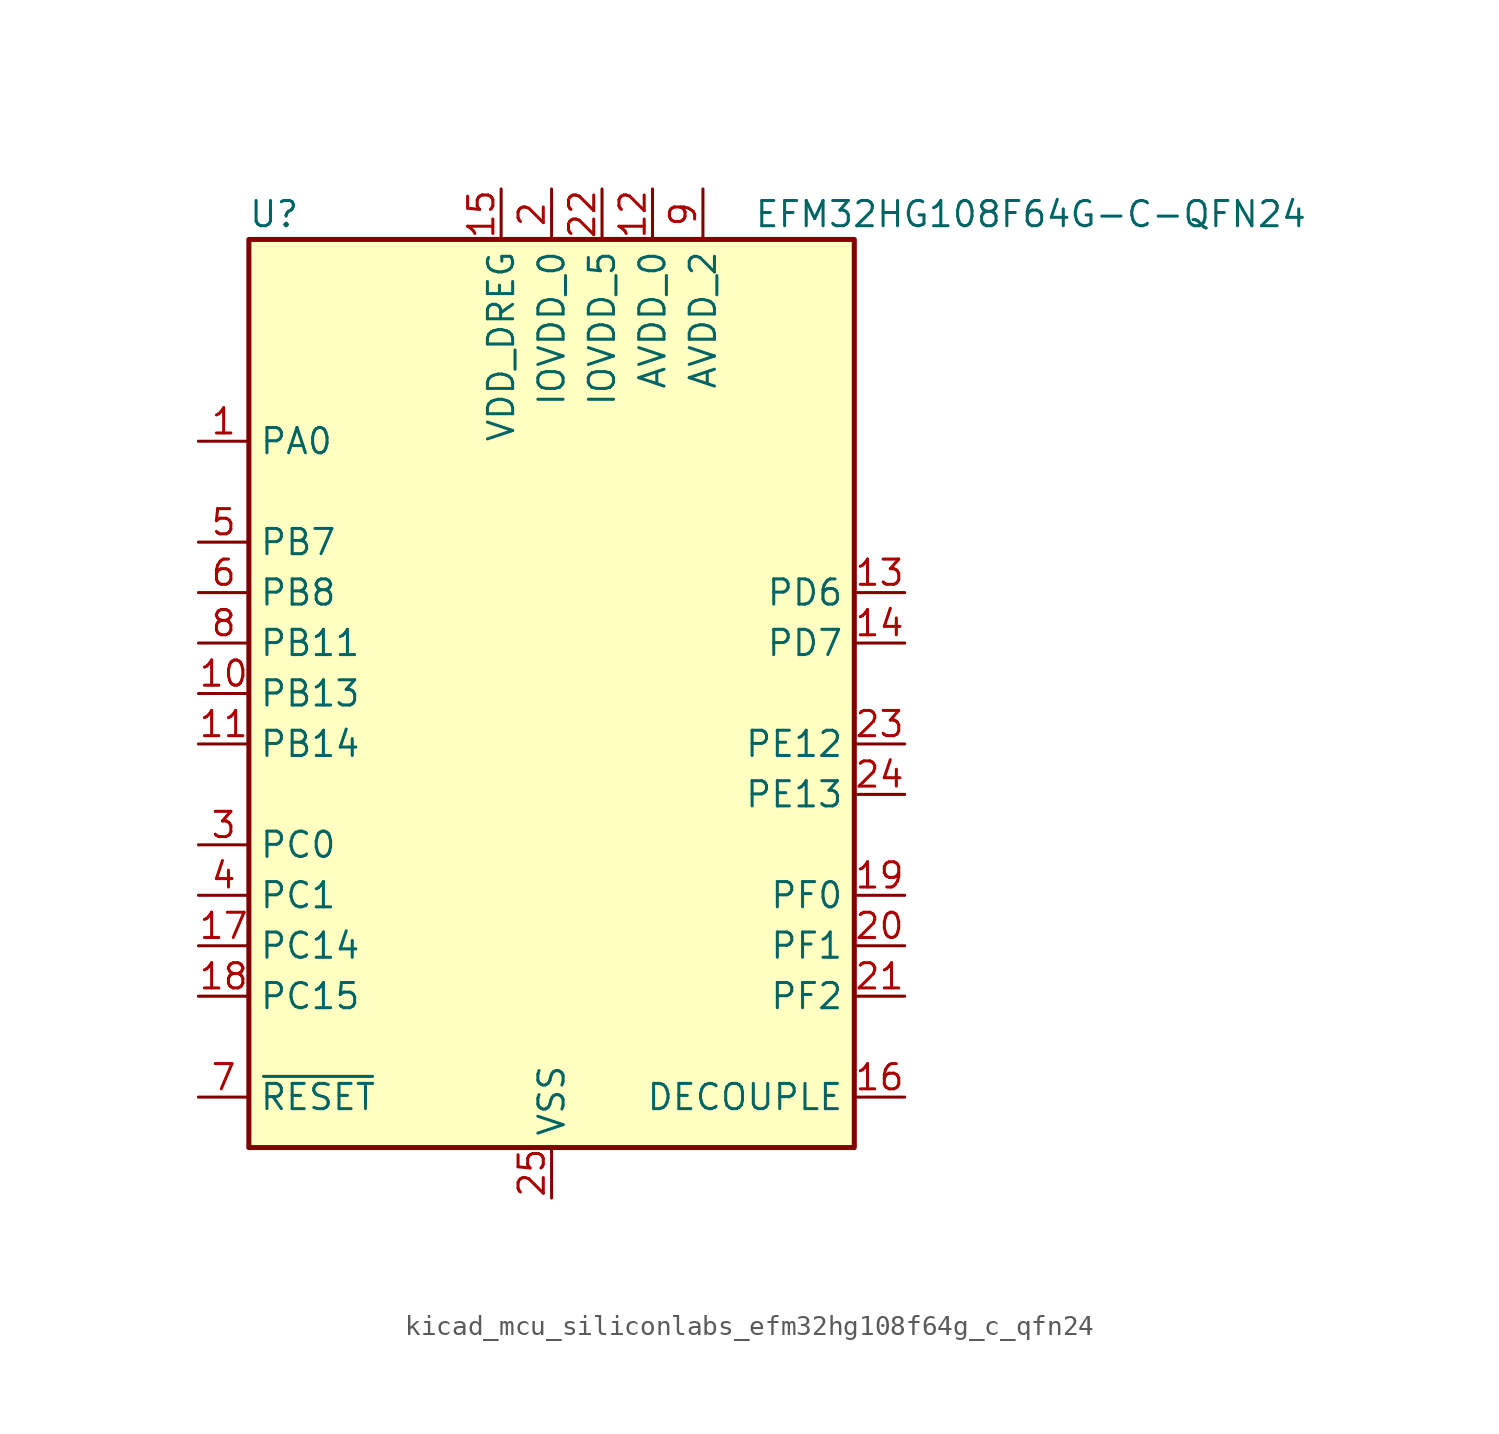
<source format=kicad_sym>
(kicad_symbol_lib
  (version 20220914)
  (generator kicad_symbol_editor)
  (symbol "kicad_mcu_siliconlabs_efm32hg108f64g_c_qfn24"
    (property "Reference" "U"
      (at -13.97 24.13 0)
      (effects (font (size 1.27 1.27))))
    (property "Value" "EFM32HG108F64G-C-QFN24"
      (at 24.13 24.13 0)
      (effects (font (size 1.27 1.27))))
    (symbol "kicad_mcu_siliconlabs_efm32hg108f64g_c_qfn24_0_1"
      (rectangle (start -15.24 22.86) (end 15.24 -22.86) (stroke (width 0.254) (type default)) (fill (type background))))
    (symbol "kicad_mcu_siliconlabs_efm32hg108f64g_c_qfn24_1_1"
      (pin bidirectional line (at -17.78 12.7 0) (length 2.54) (name "PA0" (effects (font (size 1.27 1.27)))) (number "1" (effects (font (size 1.27 1.27)))))
      (pin bidirectional line (at -17.78 0 0) (length 2.54) (name "PB13" (effects (font (size 1.27 1.27)))) (number "10" (effects (font (size 1.27 1.27)))))
      (pin bidirectional line (at -17.78 -2.54 0) (length 2.54) (name "PB14" (effects (font (size 1.27 1.27)))) (number "11" (effects (font (size 1.27 1.27)))))
      (pin power_in line (at 5.08 25.4 270) (length 2.54) (name "AVDD_0" (effects (font (size 1.27 1.27)))) (number "12" (effects (font (size 1.27 1.27)))))
      (pin bidirectional line (at 17.78 5.08 180) (length 2.54) (name "PD6" (effects (font (size 1.27 1.27)))) (number "13" (effects (font (size 1.27 1.27)))))
      (pin bidirectional line (at 17.78 2.54 180) (length 2.54) (name "PD7" (effects (font (size 1.27 1.27)))) (number "14" (effects (font (size 1.27 1.27)))))
      (pin power_in line (at -2.54 25.4 270) (length 2.54) (name "VDD_DREG" (effects (font (size 1.27 1.27)))) (number "15" (effects (font (size 1.27 1.27)))))
      (pin passive line (at 17.78 -20.32 180) (length 2.54) (name "DECOUPLE" (effects (font (size 1.27 1.27)))) (number "16" (effects (font (size 1.27 1.27)))))
      (pin bidirectional line (at -17.78 -12.7 0) (length 2.54) (name "PC14" (effects (font (size 1.27 1.27)))) (number "17" (effects (font (size 1.27 1.27)))))
      (pin bidirectional line (at -17.78 -15.24 0) (length 2.54) (name "PC15" (effects (font (size 1.27 1.27)))) (number "18" (effects (font (size 1.27 1.27)))))
      (pin bidirectional line (at 17.78 -10.16 180) (length 2.54) (name "PF0" (effects (font (size 1.27 1.27)))) (number "19" (effects (font (size 1.27 1.27)))))
      (pin power_in line (at 0 25.4 270) (length 2.54) (name "IOVDD_0" (effects (font (size 1.27 1.27)))) (number "2" (effects (font (size 1.27 1.27)))))
      (pin bidirectional line (at 17.78 -12.7 180) (length 2.54) (name "PF1" (effects (font (size 1.27 1.27)))) (number "20" (effects (font (size 1.27 1.27)))))
      (pin bidirectional line (at 17.78 -15.24 180) (length 2.54) (name "PF2" (effects (font (size 1.27 1.27)))) (number "21" (effects (font (size 1.27 1.27)))))
      (pin power_in line (at 2.54 25.4 270) (length 2.54) (name "IOVDD_5" (effects (font (size 1.27 1.27)))) (number "22" (effects (font (size 1.27 1.27)))))
      (pin bidirectional line (at 17.78 -2.54 180) (length 2.54) (name "PE12" (effects (font (size 1.27 1.27)))) (number "23" (effects (font (size 1.27 1.27)))))
      (pin bidirectional line (at 17.78 -5.08 180) (length 2.54) (name "PE13" (effects (font (size 1.27 1.27)))) (number "24" (effects (font (size 1.27 1.27)))))
      (pin power_in line (at 0 -25.4 90) (length 2.54) (name "VSS" (effects (font (size 1.27 1.27)))) (number "25" (effects (font (size 1.27 1.27)))))
      (pin bidirectional line (at -17.78 -7.62 0) (length 2.54) (name "PC0" (effects (font (size 1.27 1.27)))) (number "3" (effects (font (size 1.27 1.27)))))
      (pin bidirectional line (at -17.78 -10.16 0) (length 2.54) (name "PC1" (effects (font (size 1.27 1.27)))) (number "4" (effects (font (size 1.27 1.27)))))
      (pin bidirectional line (at -17.78 7.62 0) (length 2.54) (name "PB7" (effects (font (size 1.27 1.27)))) (number "5" (effects (font (size 1.27 1.27)))))
      (pin bidirectional line (at -17.78 5.08 0) (length 2.54) (name "PB8" (effects (font (size 1.27 1.27)))) (number "6" (effects (font (size 1.27 1.27)))))
      (pin input line (at -17.78 -20.32 0) (length 2.54) (name "~{RESET}" (effects (font (size 1.27 1.27)))) (number "7" (effects (font (size 1.27 1.27)))))
      (pin bidirectional line (at -17.78 2.54 0) (length 2.54) (name "PB11" (effects (font (size 1.27 1.27)))) (number "8" (effects (font (size 1.27 1.27)))))
      (pin power_in line (at 7.62 25.4 270) (length 2.54) (name "AVDD_2" (effects (font (size 1.27 1.27)))) (number "9" (effects (font (size 1.27 1.27))))))))
</source>
